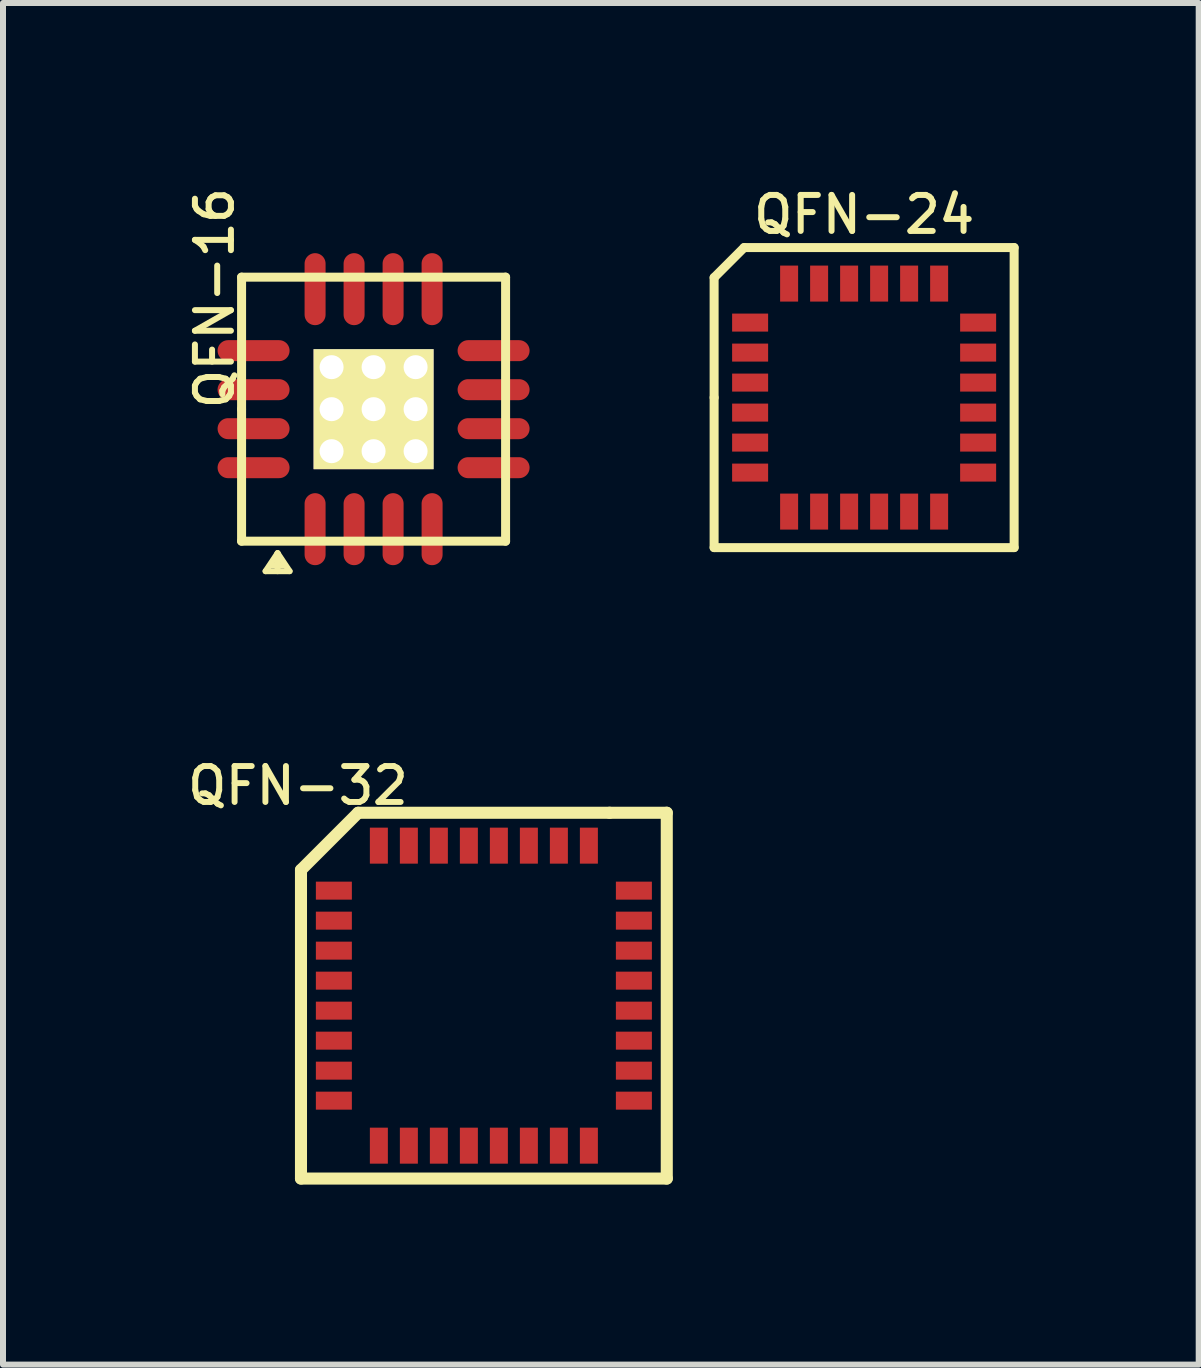
<source format=kicad_pcb>
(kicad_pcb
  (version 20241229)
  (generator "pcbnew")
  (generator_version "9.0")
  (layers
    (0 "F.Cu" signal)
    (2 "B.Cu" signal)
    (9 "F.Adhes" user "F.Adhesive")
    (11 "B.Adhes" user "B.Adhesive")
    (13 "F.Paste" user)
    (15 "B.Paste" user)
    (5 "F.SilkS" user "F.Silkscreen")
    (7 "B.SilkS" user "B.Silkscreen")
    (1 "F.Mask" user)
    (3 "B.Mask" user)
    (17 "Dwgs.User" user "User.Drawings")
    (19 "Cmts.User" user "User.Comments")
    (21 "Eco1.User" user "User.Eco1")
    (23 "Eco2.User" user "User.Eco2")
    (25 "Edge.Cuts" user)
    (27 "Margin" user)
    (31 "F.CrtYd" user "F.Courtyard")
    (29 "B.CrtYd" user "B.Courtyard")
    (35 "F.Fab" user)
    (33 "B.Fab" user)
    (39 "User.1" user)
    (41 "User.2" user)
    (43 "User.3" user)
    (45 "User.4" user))
  (footprint "QFN-16"
    (layer "F.Cu")
    (at 3.176 3.769)
    (property "Reference" "QFN-16" (at -2.65 -1.85 90) (layer "F.SilkS") (effects (font (size 0.6 0.6) (thickness 0.1))))
    (attr through_hole)
    (fp_line (start -2.2 -2.2) (end 2.2 -2.2) (stroke (width 0.15) (type solid)) (layer "F.SilkS"))
    (fp_line (start -2.2 0) (end -2.2 -2.2) (stroke (width 0.15) (type solid)) (layer "F.SilkS"))
    (fp_line (start -2.2 2.2) (end -2.2 0) (stroke (width 0.15) (type solid)) (layer "F.SilkS"))
    (fp_line (start -1.8 2.7) (end -1.4 2.7) (stroke (width 0.1) (type solid)) (layer "F.SilkS"))
    (fp_line (start -1.7 2.6) (end -1.5 2.6) (stroke (width 0.1) (type solid)) (layer "F.SilkS"))
    (fp_line (start -1.6 2.4) (end -1.8 2.7) (stroke (width 0.1) (type solid)) (layer "F.SilkS"))
    (fp_line (start -1.6 2.4) (end -1.6 2.7) (stroke (width 0.1) (type solid)) (layer "F.SilkS"))
    (fp_line (start -1.4 2.7) (end -1.6 2.4) (stroke (width 0.1) (type solid)) (layer "F.SilkS"))
    (fp_line (start 2.2 -2.2) (end 2.2 2.2) (stroke (width 0.15) (type solid)) (layer "F.SilkS"))
    (fp_line (start 2.2 2.2) (end -2.2 2.2) (stroke (width 0.15) (type solid)) (layer "F.SilkS"))
    (pad "1" smd oval (at -0.975 2) (size 0.35 1.2) (layers "F.Cu" "F.Mask" "F.Paste"))
    (pad "2" smd oval (at -0.325 2) (size 0.35 1.2) (layers "F.Cu" "F.Mask" "F.Paste"))
    (pad "3" smd oval (at 0.325 2) (size 0.35 1.2) (layers "F.Cu" "F.Mask" "F.Paste"))
    (pad "4" smd oval (at 0.975 2) (size 0.35 1.2) (layers "F.Cu" "F.Mask" "F.Paste"))
    (pad "5" smd oval (at 2 0.975 90) (size 0.35 1.2) (layers "F.Cu" "F.Mask" "F.Paste"))
    (pad "6" smd oval (at 2 0.325 90) (size 0.35 1.2) (layers "F.Cu" "F.Mask" "F.Paste"))
    (pad "7" smd oval (at 2 -0.325 90) (size 0.35 1.2) (layers "F.Cu" "F.Mask" "F.Paste"))
    (pad "8" smd oval (at 2 -0.975 90) (size 0.35 1.2) (layers "F.Cu" "F.Mask" "F.Paste"))
    (pad "9" smd oval (at 0.975 -2) (size 0.35 1.2) (layers "F.Cu" "F.Mask" "F.Paste"))
    (pad "10" smd oval (at 0.325 -2) (size 0.35 1.2) (layers "F.Cu" "F.Mask" "F.Paste"))
    (pad "11" smd oval (at -0.325 -2) (size 0.35 1.2) (layers "F.Cu" "F.Mask" "F.Paste"))
    (pad "12" smd oval (at -0.975 -2) (size 0.35 1.2) (layers "F.Cu" "F.Mask" "F.Paste"))
    (pad "13" smd oval (at -2 -0.975 90) (size 0.35 1.2) (layers "F.Cu" "F.Mask" "F.Paste"))
    (pad "14" smd oval (at -2 -0.325 90) (size 0.35 1.2) (layers "F.Cu" "F.Mask" "F.Paste"))
    (pad "15" smd oval (at -2 0.325 90) (size 0.35 1.2) (layers "F.Cu" "F.Mask" "F.Paste"))
    (pad "16" smd oval (at -2 0.975 90) (size 0.35 1.2) (layers "F.Cu" "F.Mask" "F.Paste"))
    (pad "17" thru_hole circle (at -0.7 -0.7) (size 0.4 0.4) (drill 0.4) (layers "*.Cu" "*.Mask" "F.SilkS"))
    (pad "17" thru_hole circle (at -0.7 0) (size 0.4 0.4) (drill 0.4) (layers "*.Cu" "*.Mask" "F.SilkS"))
    (pad "17" thru_hole circle (at -0.7 0.7) (size 0.4 0.4) (drill 0.4) (layers "*.Cu" "*.Mask" "F.SilkS"))
    (pad "17" thru_hole circle (at 0 -0.7) (size 0.4 0.4) (drill 0.4) (layers "*.Cu" "*.Mask" "F.SilkS"))
    (pad "17" thru_hole rect (at 0 0) (size 2 2) (drill 0.4) (layers "*.Cu" "*.Paste" "*.Mask" "F.SilkS"))
    (pad "17" thru_hole circle (at 0 0.7) (size 0.4 0.4) (drill 0.4) (layers "*.Cu" "*.Mask" "F.SilkS"))
    (pad "17" thru_hole circle (at 0.7 -0.7) (size 0.4 0.4) (drill 0.4) (layers "*.Cu" "*.Mask" "F.SilkS"))
    (pad "17" thru_hole circle (at 0.7 0) (size 0.4 0.4) (drill 0.4) (layers "*.Cu" "*.Mask" "F.SilkS"))
    (pad "17" thru_hole circle (at 0.7 0.7) (size 0.4 0.4) (drill 0.4) (layers "*.Cu" "*.Mask" "F.SilkS")))
  (footprint "QFN-32"
    (layer "F.Cu")
    (at 5.014 13.543)
    (property "Reference" "QFN-32" (at -3.099 -3.5 0) (layer "F.SilkS") (effects (font (size 0.599 0.599) (thickness 0.099))))
    (attr smd)
    (fp_line (start -3.048 -2.095) (end -2.095 -3.048) (stroke (width 0.201) (type solid)) (layer "F.SilkS"))
    (fp_line (start -3.048 3.048) (end -3.048 -2.095) (stroke (width 0.201) (type solid)) (layer "F.SilkS"))
    (fp_line (start -2.095 -3.048) (end 2.095 -3.048) (stroke (width 0.201) (type solid)) (layer "F.SilkS"))
    (fp_line (start 2.095 -3.048) (end 3.048 -3.048) (stroke (width 0.201) (type solid)) (layer "F.SilkS"))
    (fp_line (start 3.048 -3.048) (end 3.048 3.048) (stroke (width 0.201) (type solid)) (layer "F.SilkS"))
    (fp_line (start 3.048 3.048) (end -3.048 3.048) (stroke (width 0.201) (type solid)) (layer "F.SilkS"))
    (pad "1" smd rect (at -2.5 -1.75 90) (size 0.3 0.6) (layers "F.Cu" "F.Mask" "F.Paste"))
    (pad "2" smd rect (at -2.5 -1.25 90) (size 0.3 0.6) (layers "F.Cu" "F.Mask" "F.Paste"))
    (pad "3" smd rect (at -2.5 -0.75 90) (size 0.3 0.6) (layers "F.Cu" "F.Mask" "F.Paste"))
    (pad "4" smd rect (at -2.5 -0.25 90) (size 0.3 0.6) (layers "F.Cu" "F.Mask" "F.Paste"))
    (pad "5" smd rect (at -2.5 0.25 90) (size 0.3 0.6) (layers "F.Cu" "F.Mask" "F.Paste"))
    (pad "6" smd rect (at -2.5 0.75 90) (size 0.3 0.6) (layers "F.Cu" "F.Mask" "F.Paste"))
    (pad "7" smd rect (at -2.5 1.25 90) (size 0.3 0.6) (layers "F.Cu" "F.Mask" "F.Paste"))
    (pad "8" smd rect (at -2.5 1.75 90) (size 0.3 0.6) (layers "F.Cu" "F.Mask" "F.Paste"))
    (pad "9" smd rect (at -1.75 2.5) (size 0.3 0.6) (layers "F.Cu" "F.Mask" "F.Paste"))
    (pad "10" smd rect (at -1.25 2.5) (size 0.3 0.6) (layers "F.Cu" "F.Mask" "F.Paste"))
    (pad "11" smd rect (at -0.75 2.5) (size 0.3 0.6) (layers "F.Cu" "F.Mask" "F.Paste"))
    (pad "12" smd rect (at -0.25 2.5) (size 0.3 0.6) (layers "F.Cu" "F.Mask" "F.Paste"))
    (pad "13" smd rect (at 0.25 2.5) (size 0.3 0.6) (layers "F.Cu" "F.Mask" "F.Paste"))
    (pad "14" smd rect (at 0.75 2.5) (size 0.3 0.6) (layers "F.Cu" "F.Mask" "F.Paste"))
    (pad "15" smd rect (at 1.25 2.5) (size 0.3 0.6) (layers "F.Cu" "F.Mask" "F.Paste"))
    (pad "16" smd rect (at 1.75 2.5) (size 0.3 0.6) (layers "F.Cu" "F.Mask" "F.Paste"))
    (pad "17" smd rect (at 2.5 1.75 90) (size 0.3 0.6) (layers "F.Cu" "F.Mask" "F.Paste"))
    (pad "18" smd rect (at 2.5 1.25 90) (size 0.3 0.6) (layers "F.Cu" "F.Mask" "F.Paste"))
    (pad "19" smd rect (at 2.5 0.75 90) (size 0.3 0.6) (layers "F.Cu" "F.Mask" "F.Paste"))
    (pad "20" smd rect (at 2.5 0.25 90) (size 0.3 0.6) (layers "F.Cu" "F.Mask" "F.Paste"))
    (pad "21" smd rect (at 2.5 -0.25 90) (size 0.3 0.6) (layers "F.Cu" "F.Mask" "F.Paste"))
    (pad "22" smd rect (at 2.5 -0.75 90) (size 0.3 0.6) (layers "F.Cu" "F.Mask" "F.Paste"))
    (pad "23" smd rect (at 2.5 -1.25 90) (size 0.3 0.6) (layers "F.Cu" "F.Mask" "F.Paste"))
    (pad "24" smd rect (at 2.5 -1.75 90) (size 0.3 0.6) (layers "F.Cu" "F.Mask" "F.Paste"))
    (pad "25" smd rect (at 1.75 -2.5) (size 0.3 0.6) (layers "F.Cu" "F.Mask" "F.Paste"))
    (pad "26" smd rect (at 1.25 -2.5) (size 0.3 0.6) (layers "F.Cu" "F.Mask" "F.Paste"))
    (pad "27" smd rect (at 0.75 -2.5) (size 0.3 0.6) (layers "F.Cu" "F.Mask" "F.Paste"))
    (pad "28" smd rect (at 0.25 -2.5) (size 0.3 0.6) (layers "F.Cu" "F.Mask" "F.Paste"))
    (pad "29" smd rect (at -0.25 -2.5) (size 0.3 0.6) (layers "F.Cu" "F.Mask" "F.Paste"))
    (pad "30" smd rect (at -0.75 -2.5) (size 0.3 0.6) (layers "F.Cu" "F.Mask" "F.Paste"))
    (pad "31" smd rect (at -1.25 -2.5) (size 0.3 0.6) (layers "F.Cu" "F.Mask" "F.Paste"))
    (pad "32" smd rect (at -1.75 -2.5) (size 0.3 0.6) (layers "F.Cu" "F.Mask" "F.Paste")))
  (footprint "QFN-24"
    (layer "F.Cu")
    (at 11.351 3.576)
    (property "Reference" "QFN-24" (at 0 -3.05 0) (layer "F.SilkS") (effects (font (size 0.6 0.6) (thickness 0.1))))
    (attr through_hole)
    (fp_line (start -2.5 -2) (end -2 -2.5) (stroke (width 0.15) (type solid)) (layer "F.SilkS"))
    (fp_line (start -2.5 0) (end -2.5 -2) (stroke (width 0.15) (type solid)) (layer "F.SilkS"))
    (fp_line (start -2.5 2.5) (end -2.5 0) (stroke (width 0.15) (type solid)) (layer "F.SilkS"))
    (fp_line (start -2 -2.5) (end 2.5 -2.5) (stroke (width 0.15) (type solid)) (layer "F.SilkS"))
    (fp_line (start 2.5 -2.5) (end 2.5 2.5) (stroke (width 0.15) (type solid)) (layer "F.SilkS"))
    (fp_line (start 2.5 2.5) (end -2.5 2.5) (stroke (width 0.15) (type solid)) (layer "F.SilkS"))
    (pad "1" smd rect (at -1.9 -1.25) (size 0.6 0.3) (layers "F.Cu" "F.Mask" "F.Paste"))
    (pad "2" smd rect (at -1.9 -0.75) (size 0.6 0.3) (layers "F.Cu" "F.Mask" "F.Paste"))
    (pad "3" smd rect (at -1.9 -0.25) (size 0.6 0.3) (layers "F.Cu" "F.Mask" "F.Paste"))
    (pad "4" smd rect (at -1.9 0.25) (size 0.6 0.3) (layers "F.Cu" "F.Mask" "F.Paste"))
    (pad "5" smd rect (at -1.9 0.75) (size 0.6 0.3) (layers "F.Cu" "F.Mask" "F.Paste"))
    (pad "6" smd rect (at -1.9 1.25) (size 0.6 0.3) (layers "F.Cu" "F.Mask" "F.Paste"))
    (pad "7" smd rect (at -1.25 1.9 90) (size 0.6 0.3) (layers "F.Cu" "F.Mask" "F.Paste"))
    (pad "8" smd rect (at -0.75 1.9 90) (size 0.6 0.3) (layers "F.Cu" "F.Mask" "F.Paste"))
    (pad "9" smd rect (at -0.25 1.9 90) (size 0.6 0.3) (layers "F.Cu" "F.Mask" "F.Paste"))
    (pad "10" smd rect (at 0.25 1.9 90) (size 0.6 0.3) (layers "F.Cu" "F.Mask" "F.Paste"))
    (pad "11" smd rect (at 0.75 1.9 90) (size 0.6 0.3) (layers "F.Cu" "F.Mask" "F.Paste"))
    (pad "12" smd rect (at 1.25 1.9 90) (size 0.6 0.3) (layers "F.Cu" "F.Mask" "F.Paste"))
    (pad "13" smd rect (at 1.9 1.25) (size 0.6 0.3) (layers "F.Cu" "F.Mask" "F.Paste"))
    (pad "14" smd rect (at 1.9 0.75) (size 0.6 0.3) (layers "F.Cu" "F.Mask" "F.Paste"))
    (pad "15" smd rect (at 1.9 0.25) (size 0.6 0.3) (layers "F.Cu" "F.Mask" "F.Paste"))
    (pad "16" smd rect (at 1.9 -0.25) (size 0.6 0.3) (layers "F.Cu" "F.Mask" "F.Paste"))
    (pad "17" smd rect (at 1.9 -0.75) (size 0.6 0.3) (layers "F.Cu" "F.Mask" "F.Paste"))
    (pad "18" smd rect (at 1.9 -1.25) (size 0.6 0.3) (layers "F.Cu" "F.Mask" "F.Paste"))
    (pad "19" smd rect (at 1.25 -1.9 90) (size 0.6 0.3) (layers "F.Cu" "F.Mask" "F.Paste"))
    (pad "20" smd rect (at 0.75 -1.9 90) (size 0.6 0.3) (layers "F.Cu" "F.Mask" "F.Paste"))
    (pad "21" smd rect (at 0.25 -1.9 90) (size 0.6 0.3) (layers "F.Cu" "F.Mask" "F.Paste"))
    (pad "22" smd rect (at -0.25 -1.9 90) (size 0.6 0.3) (layers "F.Cu" "F.Mask" "F.Paste"))
    (pad "23" smd rect (at -0.75 -1.9 90) (size 0.6 0.3) (layers "F.Cu" "F.Mask" "F.Paste"))
    (pad "24" smd rect (at -1.25 -1.9 90) (size 0.6 0.3) (layers "F.Cu" "F.Mask" "F.Paste")))
  (gr_rect
    (start -3 -3)
    (end 16.927 19.692)
    (stroke (width 0.1) (type default))
    (fill no)
    (layer "Edge.Cuts")))
</source>
